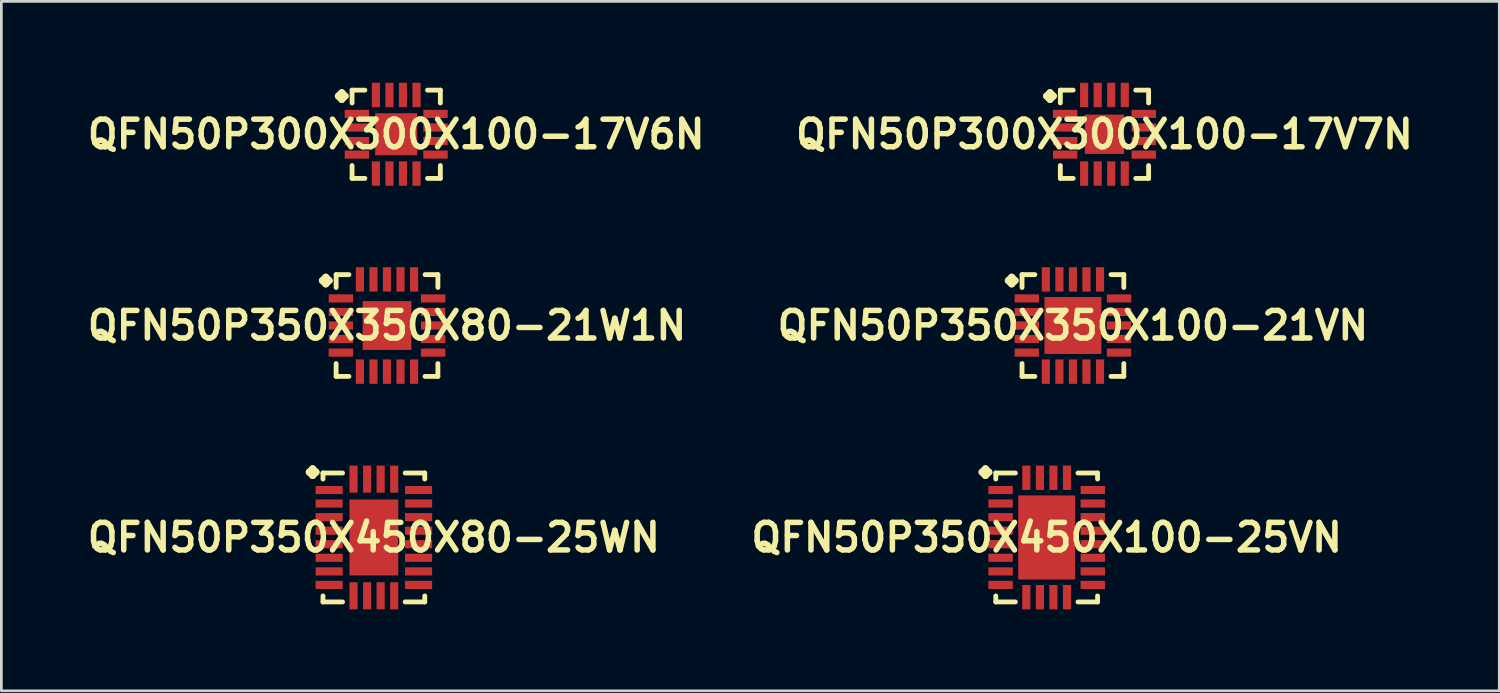
<source format=kicad_pcb>
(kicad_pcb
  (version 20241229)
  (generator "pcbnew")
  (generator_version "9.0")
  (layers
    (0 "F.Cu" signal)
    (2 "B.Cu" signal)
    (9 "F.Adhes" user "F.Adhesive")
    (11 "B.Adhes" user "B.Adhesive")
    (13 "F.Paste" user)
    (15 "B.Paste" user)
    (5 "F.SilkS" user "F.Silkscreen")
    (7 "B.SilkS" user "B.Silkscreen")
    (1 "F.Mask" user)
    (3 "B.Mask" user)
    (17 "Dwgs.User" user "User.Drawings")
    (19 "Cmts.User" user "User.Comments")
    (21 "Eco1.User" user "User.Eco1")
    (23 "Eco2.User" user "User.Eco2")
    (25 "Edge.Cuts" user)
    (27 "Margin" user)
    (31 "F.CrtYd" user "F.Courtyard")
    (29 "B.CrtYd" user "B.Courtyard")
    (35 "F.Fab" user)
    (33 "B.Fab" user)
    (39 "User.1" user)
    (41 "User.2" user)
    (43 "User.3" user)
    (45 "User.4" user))
  (footprint "QFN50P350X450X80-25WN"
    (layer "F.Cu")
    (at 10.726 16.754)
    (property "Reference" "QFN50P350X450X80-25WN" (at 0 0 0) (layer "F.SilkS") (effects (font (size 1.016 1.016) (thickness 0.203))))
    (attr smd)
    (fp_line (start -2.383 -2.408) (end -2.256 -2.535) (stroke (width 0.254) (type solid)) (layer "F.SilkS"))
    (fp_line (start -2.256 -2.535) (end -2.129 -2.408) (stroke (width 0.254) (type solid)) (layer "F.SilkS"))
    (fp_line (start -2.256 -2.281) (end -2.383 -2.408) (stroke (width 0.254) (type solid)) (layer "F.SilkS"))
    (fp_line (start -2.129 -2.408) (end -2.256 -2.281) (stroke (width 0.254) (type solid)) (layer "F.SilkS"))
    (fp_line (start -1.875 -2.375) (end -1.153 -2.375) (stroke (width 0.178) (type solid)) (layer "F.SilkS"))
    (fp_line (start -1.875 -2.154) (end -1.875 -2.375) (stroke (width 0.178) (type solid)) (layer "F.SilkS"))
    (fp_line (start -1.875 2.154) (end -1.875 2.375) (stroke (width 0.178) (type solid)) (layer "F.SilkS"))
    (fp_line (start -1.875 2.375) (end -1.153 2.375) (stroke (width 0.178) (type solid)) (layer "F.SilkS"))
    (fp_line (start 1.153 -2.375) (end 1.875 -2.375) (stroke (width 0.178) (type solid)) (layer "F.SilkS"))
    (fp_line (start 1.153 2.375) (end 1.875 2.375) (stroke (width 0.178) (type solid)) (layer "F.SilkS"))
    (fp_line (start 1.875 -2.375) (end 1.875 -2.154) (stroke (width 0.178) (type solid)) (layer "F.SilkS"))
    (fp_line (start 1.875 2.375) (end 1.875 2.154) (stroke (width 0.178) (type solid)) (layer "F.SilkS"))
    (pad "1" smd rect (at -1.648 -1.748) (size 0.998 0.3) (layers "F.Cu" "F.Mask" "F.Paste"))
    (pad "2" smd rect (at -1.648 -1.25) (size 0.998 0.3) (layers "F.Cu" "F.Mask" "F.Paste"))
    (pad "3" smd rect (at -1.648 -0.749) (size 0.998 0.3) (layers "F.Cu" "F.Mask" "F.Paste"))
    (pad "4" smd rect (at -1.648 -0.249) (size 0.998 0.3) (layers "F.Cu" "F.Mask" "F.Paste"))
    (pad "5" smd rect (at -1.648 0.249) (size 0.998 0.3) (layers "F.Cu" "F.Mask" "F.Paste"))
    (pad "6" smd rect (at -1.648 0.749) (size 0.998 0.3) (layers "F.Cu" "F.Mask" "F.Paste"))
    (pad "7" smd rect (at -1.648 1.25) (size 0.998 0.3) (layers "F.Cu" "F.Mask" "F.Paste"))
    (pad "8" smd rect (at -1.648 1.748) (size 0.998 0.3) (layers "F.Cu" "F.Mask" "F.Paste"))
    (pad "9" smd rect (at -0.749 2.149) (size 0.3 0.998) (layers "F.Cu" "F.Mask" "F.Paste"))
    (pad "10" smd rect (at -0.249 2.149) (size 0.3 0.998) (layers "F.Cu" "F.Mask" "F.Paste"))
    (pad "11" smd rect (at 0.249 2.149) (size 0.3 0.998) (layers "F.Cu" "F.Mask" "F.Paste"))
    (pad "12" smd rect (at 0.749 2.149) (size 0.3 0.998) (layers "F.Cu" "F.Mask" "F.Paste"))
    (pad "13" smd rect (at 1.648 1.748) (size 0.998 0.3) (layers "F.Cu" "F.Mask" "F.Paste"))
    (pad "14" smd rect (at 1.648 1.25) (size 0.998 0.3) (layers "F.Cu" "F.Mask" "F.Paste"))
    (pad "15" smd rect (at 1.648 0.749) (size 0.998 0.3) (layers "F.Cu" "F.Mask" "F.Paste"))
    (pad "16" smd rect (at 1.648 0.249) (size 0.998 0.3) (layers "F.Cu" "F.Mask" "F.Paste"))
    (pad "17" smd rect (at 1.648 -0.249) (size 0.998 0.3) (layers "F.Cu" "F.Mask" "F.Paste"))
    (pad "18" smd rect (at 1.648 -0.749) (size 0.998 0.3) (layers "F.Cu" "F.Mask" "F.Paste"))
    (pad "19" smd rect (at 1.648 -1.25) (size 0.998 0.3) (layers "F.Cu" "F.Mask" "F.Paste"))
    (pad "20" smd rect (at 1.648 -1.748) (size 0.998 0.3) (layers "F.Cu" "F.Mask" "F.Paste"))
    (pad "21" smd rect (at 0.749 -2.149) (size 0.3 0.998) (layers "F.Cu" "F.Mask" "F.Paste"))
    (pad "22" smd rect (at 0.249 -2.149) (size 0.3 0.998) (layers "F.Cu" "F.Mask" "F.Paste"))
    (pad "23" smd rect (at -0.249 -2.149) (size 0.3 0.998) (layers "F.Cu" "F.Mask" "F.Paste"))
    (pad "24" smd rect (at -0.749 -2.149) (size 0.3 0.998) (layers "F.Cu" "F.Mask" "F.Paste"))
    (pad "25" smd rect (at 0 0) (size 1.798 2.799) (layers "F.Cu" "F.Mask" "F.Paste")))
  (footprint "QFN50P350X350X80-21W1N"
    (layer "F.Cu")
    (at 11.21 8.944)
    (property "Reference" "QFN50P350X350X80-21W1N" (at 0 0 0) (layer "F.SilkS") (effects (font (size 1.016 1.016) (thickness 0.203))))
    (attr smd)
    (fp_line (start -2.383 -1.656) (end -2.256 -1.783) (stroke (width 0.254) (type solid)) (layer "F.SilkS"))
    (fp_line (start -2.256 -1.783) (end -2.129 -1.656) (stroke (width 0.254) (type solid)) (layer "F.SilkS"))
    (fp_line (start -2.256 -1.529) (end -2.383 -1.656) (stroke (width 0.254) (type solid)) (layer "F.SilkS"))
    (fp_line (start -2.129 -1.656) (end -2.256 -1.529) (stroke (width 0.254) (type solid)) (layer "F.SilkS"))
    (fp_line (start -1.875 -1.875) (end -1.402 -1.875) (stroke (width 0.178) (type solid)) (layer "F.SilkS"))
    (fp_line (start -1.875 -1.402) (end -1.875 -1.875) (stroke (width 0.178) (type solid)) (layer "F.SilkS"))
    (fp_line (start -1.875 1.402) (end -1.875 1.875) (stroke (width 0.178) (type solid)) (layer "F.SilkS"))
    (fp_line (start -1.875 1.875) (end -1.402 1.875) (stroke (width 0.178) (type solid)) (layer "F.SilkS"))
    (fp_line (start 1.402 -1.875) (end 1.875 -1.875) (stroke (width 0.178) (type solid)) (layer "F.SilkS"))
    (fp_line (start 1.402 1.875) (end 1.875 1.875) (stroke (width 0.178) (type solid)) (layer "F.SilkS"))
    (fp_line (start 1.875 -1.875) (end 1.875 -1.402) (stroke (width 0.178) (type solid)) (layer "F.SilkS"))
    (fp_line (start 1.875 1.875) (end 1.875 1.402) (stroke (width 0.178) (type solid)) (layer "F.SilkS"))
    (pad "1" smd rect (at -1.699 -0.998) (size 0.899 0.3) (layers "F.Cu" "F.Mask" "F.Paste"))
    (pad "2" smd rect (at -1.699 -0.498) (size 0.899 0.3) (layers "F.Cu" "F.Mask" "F.Paste"))
    (pad "3" smd rect (at -1.699 0) (size 0.899 0.3) (layers "F.Cu" "F.Mask" "F.Paste"))
    (pad "4" smd rect (at -1.699 0.498) (size 0.899 0.3) (layers "F.Cu" "F.Mask" "F.Paste"))
    (pad "5" smd rect (at -1.699 0.998) (size 0.899 0.3) (layers "F.Cu" "F.Mask" "F.Paste"))
    (pad "6" smd rect (at -0.998 1.699) (size 0.3 0.899) (layers "F.Cu" "F.Mask" "F.Paste"))
    (pad "7" smd rect (at -0.498 1.699) (size 0.3 0.899) (layers "F.Cu" "F.Mask" "F.Paste"))
    (pad "8" smd rect (at 0 1.699) (size 0.3 0.899) (layers "F.Cu" "F.Mask" "F.Paste"))
    (pad "9" smd rect (at 0.498 1.699) (size 0.3 0.899) (layers "F.Cu" "F.Mask" "F.Paste"))
    (pad "10" smd rect (at 0.998 1.699) (size 0.3 0.899) (layers "F.Cu" "F.Mask" "F.Paste"))
    (pad "11" smd rect (at 1.699 0.998) (size 0.899 0.3) (layers "F.Cu" "F.Mask" "F.Paste"))
    (pad "12" smd rect (at 1.699 0.498) (size 0.899 0.3) (layers "F.Cu" "F.Mask" "F.Paste"))
    (pad "13" smd rect (at 1.699 0) (size 0.899 0.3) (layers "F.Cu" "F.Mask" "F.Paste"))
    (pad "14" smd rect (at 1.699 -0.498) (size 0.899 0.3) (layers "F.Cu" "F.Mask" "F.Paste"))
    (pad "15" smd rect (at 1.699 -0.998) (size 0.899 0.3) (layers "F.Cu" "F.Mask" "F.Paste"))
    (pad "16" smd rect (at 0.998 -1.699) (size 0.3 0.899) (layers "F.Cu" "F.Mask" "F.Paste"))
    (pad "17" smd rect (at 0.498 -1.699) (size 0.3 0.899) (layers "F.Cu" "F.Mask" "F.Paste"))
    (pad "18" smd rect (at 0 -1.699) (size 0.3 0.899) (layers "F.Cu" "F.Mask" "F.Paste"))
    (pad "19" smd rect (at -0.498 -1.699) (size 0.3 0.899) (layers "F.Cu" "F.Mask" "F.Paste"))
    (pad "20" smd rect (at -0.998 -1.699) (size 0.3 0.899) (layers "F.Cu" "F.Mask" "F.Paste"))
    (pad "21" smd rect (at 0 0) (size 1.798 1.798) (layers "F.Cu" "F.Mask" "F.Paste")))
  (footprint "QFN50P300X300X100-17V6N"
    (layer "F.Cu")
    (at 11.549 1.897)
    (property "Reference" "QFN50P300X300X100-17V6N" (at 0 0 0) (layer "F.SilkS") (effects (font (size 1.016 1.016) (thickness 0.203))))
    (attr smd)
    (fp_line (start -2.134 -1.407) (end -2.007 -1.534) (stroke (width 0.254) (type solid)) (layer "F.SilkS"))
    (fp_line (start -2.007 -1.534) (end -1.88 -1.407) (stroke (width 0.254) (type solid)) (layer "F.SilkS"))
    (fp_line (start -2.007 -1.28) (end -2.134 -1.407) (stroke (width 0.254) (type solid)) (layer "F.SilkS"))
    (fp_line (start -1.88 -1.407) (end -2.007 -1.28) (stroke (width 0.254) (type solid)) (layer "F.SilkS"))
    (fp_line (start -1.626 -1.626) (end -1.153 -1.626) (stroke (width 0.178) (type solid)) (layer "F.SilkS"))
    (fp_line (start -1.626 -1.153) (end -1.626 -1.626) (stroke (width 0.178) (type solid)) (layer "F.SilkS"))
    (fp_line (start -1.626 1.153) (end -1.626 1.626) (stroke (width 0.178) (type solid)) (layer "F.SilkS"))
    (fp_line (start -1.626 1.626) (end -1.153 1.626) (stroke (width 0.178) (type solid)) (layer "F.SilkS"))
    (fp_line (start 1.153 -1.626) (end 1.626 -1.626) (stroke (width 0.178) (type solid)) (layer "F.SilkS"))
    (fp_line (start 1.153 1.626) (end 1.626 1.626) (stroke (width 0.178) (type solid)) (layer "F.SilkS"))
    (fp_line (start 1.626 -1.626) (end 1.626 -1.153) (stroke (width 0.178) (type solid)) (layer "F.SilkS"))
    (fp_line (start 1.626 1.626) (end 1.626 1.153) (stroke (width 0.178) (type solid)) (layer "F.SilkS"))
    (pad "1" smd rect (at -1.448 -0.749) (size 0.899 0.3) (layers "F.Cu" "F.Mask" "F.Paste"))
    (pad "2" smd rect (at -1.448 -0.249) (size 0.899 0.3) (layers "F.Cu" "F.Mask" "F.Paste"))
    (pad "3" smd rect (at -1.448 0.249) (size 0.899 0.3) (layers "F.Cu" "F.Mask" "F.Paste"))
    (pad "4" smd rect (at -1.448 0.749) (size 0.899 0.3) (layers "F.Cu" "F.Mask" "F.Paste"))
    (pad "5" smd rect (at -0.749 1.448) (size 0.3 0.899) (layers "F.Cu" "F.Mask" "F.Paste"))
    (pad "6" smd rect (at -0.249 1.448) (size 0.3 0.899) (layers "F.Cu" "F.Mask" "F.Paste"))
    (pad "7" smd rect (at 0.249 1.448) (size 0.3 0.899) (layers "F.Cu" "F.Mask" "F.Paste"))
    (pad "8" smd rect (at 0.749 1.448) (size 0.3 0.899) (layers "F.Cu" "F.Mask" "F.Paste"))
    (pad "9" smd rect (at 1.448 0.749) (size 0.899 0.3) (layers "F.Cu" "F.Mask" "F.Paste"))
    (pad "10" smd rect (at 1.448 0.249) (size 0.899 0.3) (layers "F.Cu" "F.Mask" "F.Paste"))
    (pad "11" smd rect (at 1.448 -0.249) (size 0.899 0.3) (layers "F.Cu" "F.Mask" "F.Paste"))
    (pad "12" smd rect (at 1.448 -0.749) (size 0.899 0.3) (layers "F.Cu" "F.Mask" "F.Paste"))
    (pad "13" smd rect (at 0.749 -1.448) (size 0.3 0.899) (layers "F.Cu" "F.Mask" "F.Paste"))
    (pad "14" smd rect (at 0.249 -1.448) (size 0.3 0.899) (layers "F.Cu" "F.Mask" "F.Paste"))
    (pad "15" smd rect (at -0.249 -1.448) (size 0.3 0.899) (layers "F.Cu" "F.Mask" "F.Paste"))
    (pad "16" smd rect (at -0.749 -1.448) (size 0.3 0.899) (layers "F.Cu" "F.Mask" "F.Paste"))
    (pad "17" smd rect (at 0 0) (size 1.549 1.549) (layers "F.Cu" "F.Mask" "F.Paste")))
  (footprint "QFN50P350X350X100-21VN"
    (layer "F.Cu")
    (at 36.484 8.944)
    (property "Reference" "QFN50P350X350X100-21VN" (at 0 0 0) (layer "F.SilkS") (effects (font (size 1.016 1.016) (thickness 0.203))))
    (attr smd)
    (fp_line (start -2.383 -1.656) (end -2.256 -1.783) (stroke (width 0.254) (type solid)) (layer "F.SilkS"))
    (fp_line (start -2.256 -1.783) (end -2.129 -1.656) (stroke (width 0.254) (type solid)) (layer "F.SilkS"))
    (fp_line (start -2.256 -1.529) (end -2.383 -1.656) (stroke (width 0.254) (type solid)) (layer "F.SilkS"))
    (fp_line (start -2.129 -1.656) (end -2.256 -1.529) (stroke (width 0.254) (type solid)) (layer "F.SilkS"))
    (fp_line (start -1.875 -1.875) (end -1.402 -1.875) (stroke (width 0.178) (type solid)) (layer "F.SilkS"))
    (fp_line (start -1.875 -1.402) (end -1.875 -1.875) (stroke (width 0.178) (type solid)) (layer "F.SilkS"))
    (fp_line (start -1.875 1.402) (end -1.875 1.875) (stroke (width 0.178) (type solid)) (layer "F.SilkS"))
    (fp_line (start -1.875 1.875) (end -1.402 1.875) (stroke (width 0.178) (type solid)) (layer "F.SilkS"))
    (fp_line (start 1.402 -1.875) (end 1.875 -1.875) (stroke (width 0.178) (type solid)) (layer "F.SilkS"))
    (fp_line (start 1.402 1.875) (end 1.875 1.875) (stroke (width 0.178) (type solid)) (layer "F.SilkS"))
    (fp_line (start 1.875 -1.875) (end 1.875 -1.402) (stroke (width 0.178) (type solid)) (layer "F.SilkS"))
    (fp_line (start 1.875 1.875) (end 1.875 1.402) (stroke (width 0.178) (type solid)) (layer "F.SilkS"))
    (pad "1" smd rect (at -1.699 -0.998) (size 0.899 0.3) (layers "F.Cu" "F.Mask" "F.Paste"))
    (pad "2" smd rect (at -1.699 -0.498) (size 0.899 0.3) (layers "F.Cu" "F.Mask" "F.Paste"))
    (pad "3" smd rect (at -1.699 0) (size 0.899 0.3) (layers "F.Cu" "F.Mask" "F.Paste"))
    (pad "4" smd rect (at -1.699 0.498) (size 0.899 0.3) (layers "F.Cu" "F.Mask" "F.Paste"))
    (pad "5" smd rect (at -1.699 0.998) (size 0.899 0.3) (layers "F.Cu" "F.Mask" "F.Paste"))
    (pad "6" smd rect (at -0.998 1.699) (size 0.3 0.899) (layers "F.Cu" "F.Mask" "F.Paste"))
    (pad "7" smd rect (at -0.498 1.699) (size 0.3 0.899) (layers "F.Cu" "F.Mask" "F.Paste"))
    (pad "8" smd rect (at 0 1.699) (size 0.3 0.899) (layers "F.Cu" "F.Mask" "F.Paste"))
    (pad "9" smd rect (at 0.498 1.699) (size 0.3 0.899) (layers "F.Cu" "F.Mask" "F.Paste"))
    (pad "10" smd rect (at 0.998 1.699) (size 0.3 0.899) (layers "F.Cu" "F.Mask" "F.Paste"))
    (pad "11" smd rect (at 1.699 0.998) (size 0.899 0.3) (layers "F.Cu" "F.Mask" "F.Paste"))
    (pad "12" smd rect (at 1.699 0.498) (size 0.899 0.3) (layers "F.Cu" "F.Mask" "F.Paste"))
    (pad "13" smd rect (at 1.699 0) (size 0.899 0.3) (layers "F.Cu" "F.Mask" "F.Paste"))
    (pad "14" smd rect (at 1.699 -0.498) (size 0.899 0.3) (layers "F.Cu" "F.Mask" "F.Paste"))
    (pad "15" smd rect (at 1.699 -0.998) (size 0.899 0.3) (layers "F.Cu" "F.Mask" "F.Paste"))
    (pad "16" smd rect (at 0.998 -1.699) (size 0.3 0.899) (layers "F.Cu" "F.Mask" "F.Paste"))
    (pad "17" smd rect (at 0.498 -1.699) (size 0.3 0.899) (layers "F.Cu" "F.Mask" "F.Paste"))
    (pad "18" smd rect (at 0 -1.699) (size 0.3 0.899) (layers "F.Cu" "F.Mask" "F.Paste"))
    (pad "19" smd rect (at -0.498 -1.699) (size 0.3 0.899) (layers "F.Cu" "F.Mask" "F.Paste"))
    (pad "20" smd rect (at -0.998 -1.699) (size 0.3 0.899) (layers "F.Cu" "F.Mask" "F.Paste"))
    (pad "21" smd rect (at 0 0) (size 2.098 2.098) (layers "F.Cu" "F.Mask" "F.Paste")))
  (footprint "QFN50P350X450X100-25VN"
    (layer "F.Cu")
    (at 35.517 16.754)
    (property "Reference" "QFN50P350X450X100-25VN" (at 0 0 0) (layer "F.SilkS") (effects (font (size 1.016 1.016) (thickness 0.203))))
    (attr smd)
    (fp_line (start -2.383 -2.408) (end -2.256 -2.535) (stroke (width 0.254) (type solid)) (layer "F.SilkS"))
    (fp_line (start -2.256 -2.535) (end -2.129 -2.408) (stroke (width 0.254) (type solid)) (layer "F.SilkS"))
    (fp_line (start -2.256 -2.281) (end -2.383 -2.408) (stroke (width 0.254) (type solid)) (layer "F.SilkS"))
    (fp_line (start -2.129 -2.408) (end -2.256 -2.281) (stroke (width 0.254) (type solid)) (layer "F.SilkS"))
    (fp_line (start -1.875 -2.375) (end -1.153 -2.375) (stroke (width 0.178) (type solid)) (layer "F.SilkS"))
    (fp_line (start -1.875 -2.154) (end -1.875 -2.375) (stroke (width 0.178) (type solid)) (layer "F.SilkS"))
    (fp_line (start -1.875 2.154) (end -1.875 2.375) (stroke (width 0.178) (type solid)) (layer "F.SilkS"))
    (fp_line (start -1.875 2.375) (end -1.153 2.375) (stroke (width 0.178) (type solid)) (layer "F.SilkS"))
    (fp_line (start 1.153 -2.375) (end 1.875 -2.375) (stroke (width 0.178) (type solid)) (layer "F.SilkS"))
    (fp_line (start 1.153 2.375) (end 1.875 2.375) (stroke (width 0.178) (type solid)) (layer "F.SilkS"))
    (fp_line (start 1.875 -2.375) (end 1.875 -2.154) (stroke (width 0.178) (type solid)) (layer "F.SilkS"))
    (fp_line (start 1.875 2.375) (end 1.875 2.154) (stroke (width 0.178) (type solid)) (layer "F.SilkS"))
    (pad "1" smd rect (at -1.699 -1.748) (size 0.899 0.3) (layers "F.Cu" "F.Mask" "F.Paste"))
    (pad "2" smd rect (at -1.699 -1.25) (size 0.899 0.3) (layers "F.Cu" "F.Mask" "F.Paste"))
    (pad "3" smd rect (at -1.699 -0.749) (size 0.899 0.3) (layers "F.Cu" "F.Mask" "F.Paste"))
    (pad "4" smd rect (at -1.699 -0.249) (size 0.899 0.3) (layers "F.Cu" "F.Mask" "F.Paste"))
    (pad "5" smd rect (at -1.699 0.249) (size 0.899 0.3) (layers "F.Cu" "F.Mask" "F.Paste"))
    (pad "6" smd rect (at -1.699 0.749) (size 0.899 0.3) (layers "F.Cu" "F.Mask" "F.Paste"))
    (pad "7" smd rect (at -1.699 1.25) (size 0.899 0.3) (layers "F.Cu" "F.Mask" "F.Paste"))
    (pad "8" smd rect (at -1.699 1.748) (size 0.899 0.3) (layers "F.Cu" "F.Mask" "F.Paste"))
    (pad "9" smd rect (at -0.749 2.2) (size 0.3 0.899) (layers "F.Cu" "F.Mask" "F.Paste"))
    (pad "10" smd rect (at -0.249 2.2) (size 0.3 0.899) (layers "F.Cu" "F.Mask" "F.Paste"))
    (pad "11" smd rect (at 0.249 2.2) (size 0.3 0.899) (layers "F.Cu" "F.Mask" "F.Paste"))
    (pad "12" smd rect (at 0.749 2.2) (size 0.3 0.899) (layers "F.Cu" "F.Mask" "F.Paste"))
    (pad "13" smd rect (at 1.699 1.748) (size 0.899 0.3) (layers "F.Cu" "F.Mask" "F.Paste"))
    (pad "14" smd rect (at 1.699 1.25) (size 0.899 0.3) (layers "F.Cu" "F.Mask" "F.Paste"))
    (pad "15" smd rect (at 1.699 0.749) (size 0.899 0.3) (layers "F.Cu" "F.Mask" "F.Paste"))
    (pad "16" smd rect (at 1.699 0.249) (size 0.899 0.3) (layers "F.Cu" "F.Mask" "F.Paste"))
    (pad "17" smd rect (at 1.699 -0.249) (size 0.899 0.3) (layers "F.Cu" "F.Mask" "F.Paste"))
    (pad "18" smd rect (at 1.699 -0.749) (size 0.899 0.3) (layers "F.Cu" "F.Mask" "F.Paste"))
    (pad "19" smd rect (at 1.699 -1.25) (size 0.899 0.3) (layers "F.Cu" "F.Mask" "F.Paste"))
    (pad "20" smd rect (at 1.699 -1.748) (size 0.899 0.3) (layers "F.Cu" "F.Mask" "F.Paste"))
    (pad "21" smd rect (at 0.749 -2.2) (size 0.3 0.899) (layers "F.Cu" "F.Mask" "F.Paste"))
    (pad "22" smd rect (at 0.249 -2.2) (size 0.3 0.899) (layers "F.Cu" "F.Mask" "F.Paste"))
    (pad "23" smd rect (at -0.249 -2.2) (size 0.3 0.899) (layers "F.Cu" "F.Mask" "F.Paste"))
    (pad "24" smd rect (at -0.749 -2.2) (size 0.3 0.899) (layers "F.Cu" "F.Mask" "F.Paste"))
    (pad "25" smd rect (at 0 0) (size 2.098 3.099) (layers "F.Cu" "F.Mask" "F.Paste")))
  (footprint "QFN50P300X300X100-17V7N"
    (layer "F.Cu")
    (at 37.646 1.897)
    (property "Reference" "QFN50P300X300X100-17V7N" (at 0 0 0) (layer "F.SilkS") (effects (font (size 1.016 1.016) (thickness 0.203))))
    (attr smd)
    (fp_line (start -2.134 -1.407) (end -2.007 -1.534) (stroke (width 0.254) (type solid)) (layer "F.SilkS"))
    (fp_line (start -2.007 -1.534) (end -1.88 -1.407) (stroke (width 0.254) (type solid)) (layer "F.SilkS"))
    (fp_line (start -2.007 -1.28) (end -2.134 -1.407) (stroke (width 0.254) (type solid)) (layer "F.SilkS"))
    (fp_line (start -1.88 -1.407) (end -2.007 -1.28) (stroke (width 0.254) (type solid)) (layer "F.SilkS"))
    (fp_line (start -1.626 -1.626) (end -1.153 -1.626) (stroke (width 0.178) (type solid)) (layer "F.SilkS"))
    (fp_line (start -1.626 -1.153) (end -1.626 -1.626) (stroke (width 0.178) (type solid)) (layer "F.SilkS"))
    (fp_line (start -1.626 1.153) (end -1.626 1.626) (stroke (width 0.178) (type solid)) (layer "F.SilkS"))
    (fp_line (start -1.626 1.626) (end -1.153 1.626) (stroke (width 0.178) (type solid)) (layer "F.SilkS"))
    (fp_line (start 1.153 -1.626) (end 1.626 -1.626) (stroke (width 0.178) (type solid)) (layer "F.SilkS"))
    (fp_line (start 1.153 1.626) (end 1.626 1.626) (stroke (width 0.178) (type solid)) (layer "F.SilkS"))
    (fp_line (start 1.626 -1.626) (end 1.626 -1.153) (stroke (width 0.178) (type solid)) (layer "F.SilkS"))
    (fp_line (start 1.626 1.626) (end 1.626 1.153) (stroke (width 0.178) (type solid)) (layer "F.SilkS"))
    (pad "1" smd rect (at -1.448 -0.749) (size 0.899 0.3) (layers "F.Cu" "F.Mask" "F.Paste"))
    (pad "2" smd rect (at -1.448 -0.249) (size 0.899 0.3) (layers "F.Cu" "F.Mask" "F.Paste"))
    (pad "3" smd rect (at -1.448 0.249) (size 0.899 0.3) (layers "F.Cu" "F.Mask" "F.Paste"))
    (pad "4" smd rect (at -1.448 0.749) (size 0.899 0.3) (layers "F.Cu" "F.Mask" "F.Paste"))
    (pad "5" smd rect (at -0.749 1.448) (size 0.3 0.899) (layers "F.Cu" "F.Mask" "F.Paste"))
    (pad "6" smd rect (at -0.249 1.448) (size 0.3 0.899) (layers "F.Cu" "F.Mask" "F.Paste"))
    (pad "7" smd rect (at 0.249 1.448) (size 0.3 0.899) (layers "F.Cu" "F.Mask" "F.Paste"))
    (pad "8" smd rect (at 0.749 1.448) (size 0.3 0.899) (layers "F.Cu" "F.Mask" "F.Paste"))
    (pad "9" smd rect (at 1.448 0.749) (size 0.899 0.3) (layers "F.Cu" "F.Mask" "F.Paste"))
    (pad "10" smd rect (at 1.448 0.249) (size 0.899 0.3) (layers "F.Cu" "F.Mask" "F.Paste"))
    (pad "11" smd rect (at 1.448 -0.249) (size 0.899 0.3) (layers "F.Cu" "F.Mask" "F.Paste"))
    (pad "12" smd rect (at 1.448 -0.749) (size 0.899 0.3) (layers "F.Cu" "F.Mask" "F.Paste"))
    (pad "13" smd rect (at 0.749 -1.448) (size 0.3 0.899) (layers "F.Cu" "F.Mask" "F.Paste"))
    (pad "14" smd rect (at 0.249 -1.448) (size 0.3 0.899) (layers "F.Cu" "F.Mask" "F.Paste"))
    (pad "15" smd rect (at -0.249 -1.448) (size 0.3 0.899) (layers "F.Cu" "F.Mask" "F.Paste"))
    (pad "16" smd rect (at -0.749 -1.448) (size 0.3 0.899) (layers "F.Cu" "F.Mask" "F.Paste"))
    (pad "17" smd rect (at 0 0) (size 1.448 1.448) (layers "F.Cu" "F.Mask" "F.Paste")))
  (gr_rect
    (start -3 -3)
    (end 52.194 22.404)
    (stroke (width 0.1) (type default))
    (fill no)
    (layer "Edge.Cuts")))
</source>
